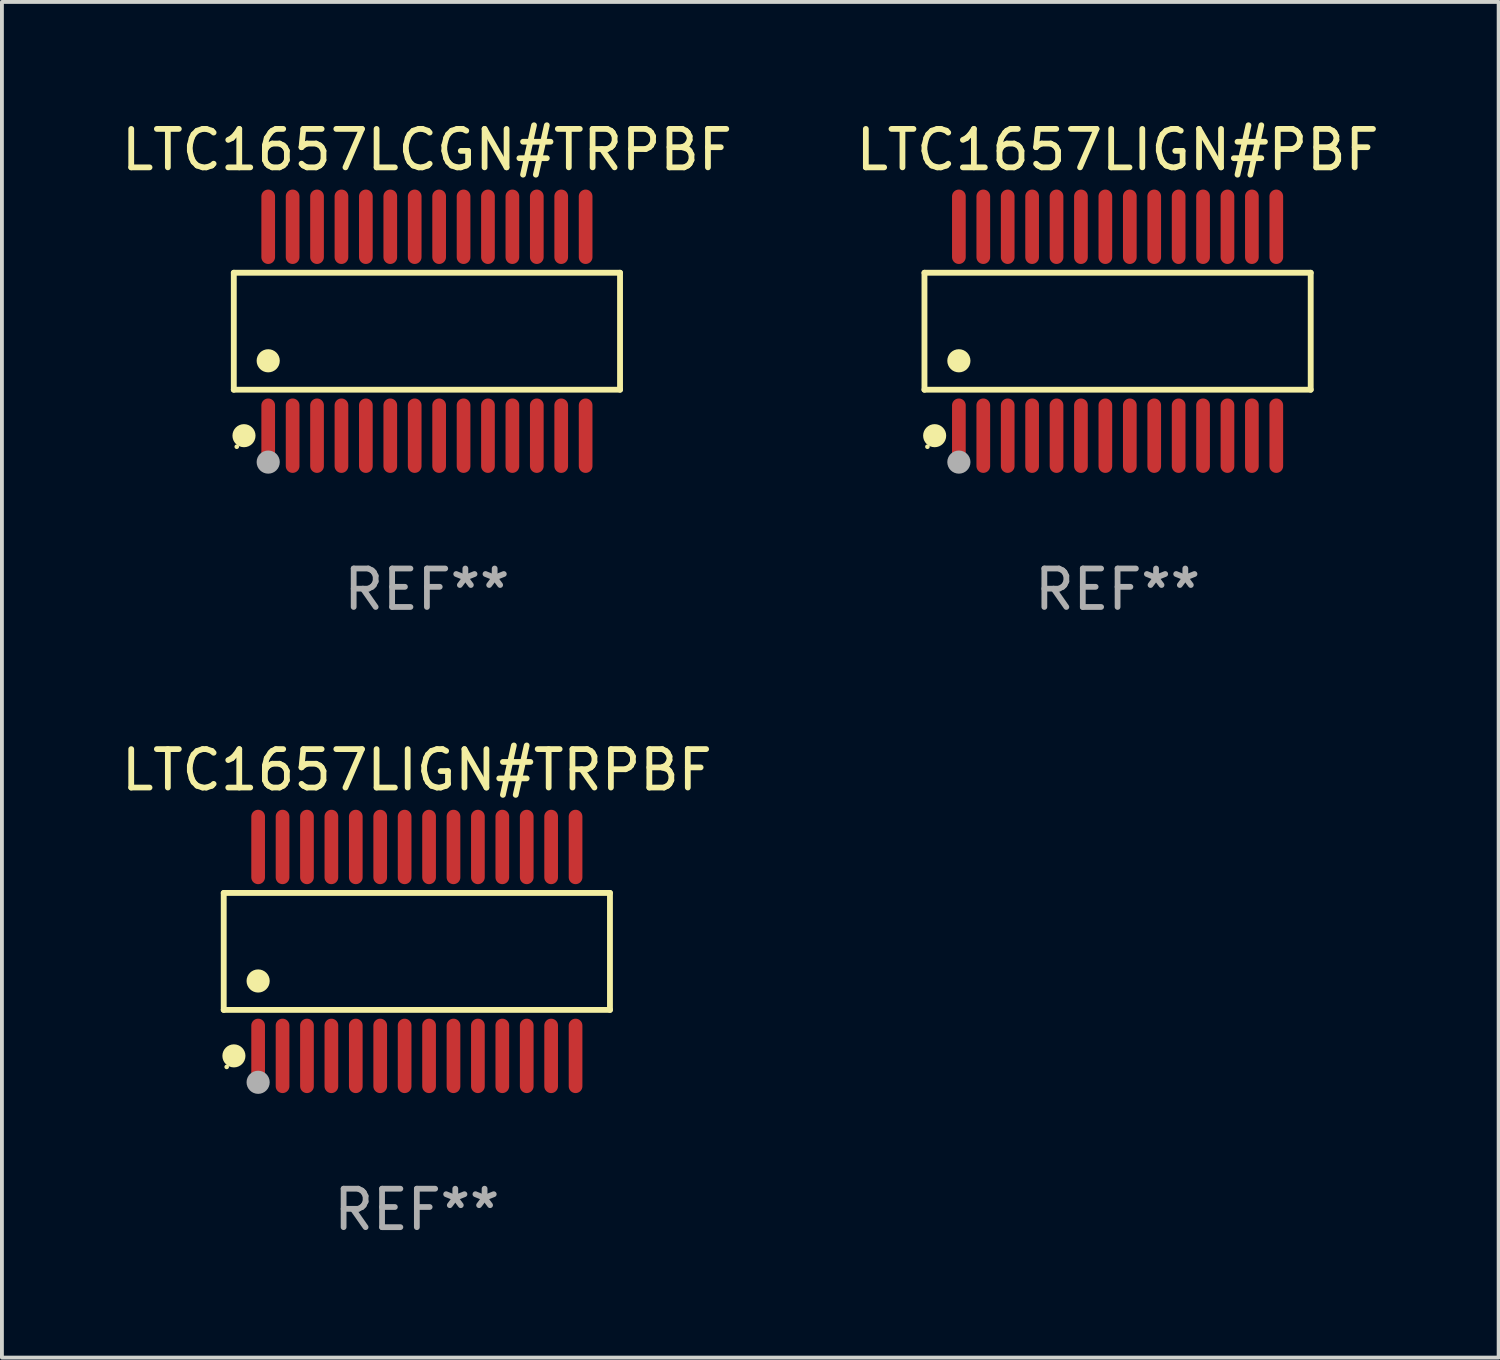
<source format=kicad_pcb>
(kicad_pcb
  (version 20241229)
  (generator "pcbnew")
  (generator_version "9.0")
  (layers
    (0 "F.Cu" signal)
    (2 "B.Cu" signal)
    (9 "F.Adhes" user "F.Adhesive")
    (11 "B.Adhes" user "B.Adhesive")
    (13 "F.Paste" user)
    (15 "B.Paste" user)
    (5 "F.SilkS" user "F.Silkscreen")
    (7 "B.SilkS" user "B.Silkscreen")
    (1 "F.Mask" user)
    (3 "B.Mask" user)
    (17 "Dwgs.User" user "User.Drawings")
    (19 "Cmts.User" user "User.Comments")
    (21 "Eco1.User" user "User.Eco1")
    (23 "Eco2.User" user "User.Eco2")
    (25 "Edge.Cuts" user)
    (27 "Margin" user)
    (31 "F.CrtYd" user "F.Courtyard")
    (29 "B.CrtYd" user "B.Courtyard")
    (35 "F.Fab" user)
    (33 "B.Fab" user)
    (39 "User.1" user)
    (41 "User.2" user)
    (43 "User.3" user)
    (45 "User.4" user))
  (footprint "LTC1657LIGN#PBF"
    (layer "F.Cu")
    (at 26.018 5.565)
    (property "Reference" "LTC1657LIGN#PBF" (at 0 -4.717 0) (layer "F.SilkS") (effects (font (size 1 1) (thickness 0.15))))
    (attr through_hole)
    (fp_line (start -5.023 -1.521) (end 5.023 -1.521) (stroke (width 0.152) (type solid)) (layer "F.SilkS"))
    (fp_line (start -5.023 1.521) (end -5.023 -1.521) (stroke (width 0.152) (type solid)) (layer "F.SilkS"))
    (fp_line (start 5.023 -1.521) (end 5.023 1.521) (stroke (width 0.152) (type solid)) (layer "F.SilkS"))
    (fp_line (start 5.023 1.521) (end -5.023 1.521) (stroke (width 0.152) (type solid)) (layer "F.SilkS"))
    (fp_circle (center -4.946 3.004) (end -4.916 3.004) (stroke (width 0.06) (type solid)) (fill no) (layer "F.SilkS"))
    (fp_circle (center -4.758 2.717) (end -4.608 2.717) (stroke (width 0.3) (type solid)) (fill no) (layer "F.SilkS"))
    (fp_circle (center -4.128 0.769) (end -3.977 0.769) (stroke (width 0.3) (type solid)) (fill no) (layer "F.SilkS"))
    (fp_circle (center -4.128 3.404) (end -3.977 3.404) (stroke (width 0.3) (type solid)) (fill no) (layer "F.Fab"))
    (fp_text user "REF**" (at 0 6.717 0) (layer "F.Fab") (effects (font (size 1 1) (thickness 0.15))))
    (pad "1" smd oval (at -4.128 2.717) (size 0.356 1.935) (layers "F.Cu" "F.Mask" "F.Paste"))
    (pad "2" smd oval (at -3.493 2.717) (size 0.356 1.935) (layers "F.Cu" "F.Mask" "F.Paste"))
    (pad "3" smd oval (at -2.858 2.717) (size 0.356 1.935) (layers "F.Cu" "F.Mask" "F.Paste"))
    (pad "4" smd oval (at -2.223 2.717) (size 0.356 1.935) (layers "F.Cu" "F.Mask" "F.Paste"))
    (pad "5" smd oval (at -1.588 2.717) (size 0.356 1.935) (layers "F.Cu" "F.Mask" "F.Paste"))
    (pad "6" smd oval (at -0.953 2.717) (size 0.356 1.935) (layers "F.Cu" "F.Mask" "F.Paste"))
    (pad "7" smd oval (at -0.318 2.717) (size 0.356 1.935) (layers "F.Cu" "F.Mask" "F.Paste"))
    (pad "8" smd oval (at 0.318 2.717) (size 0.356 1.935) (layers "F.Cu" "F.Mask" "F.Paste"))
    (pad "9" smd oval (at 0.953 2.717) (size 0.356 1.935) (layers "F.Cu" "F.Mask" "F.Paste"))
    (pad "10" smd oval (at 1.588 2.717) (size 0.356 1.935) (layers "F.Cu" "F.Mask" "F.Paste"))
    (pad "11" smd oval (at 2.223 2.717) (size 0.356 1.935) (layers "F.Cu" "F.Mask" "F.Paste"))
    (pad "12" smd oval (at 2.858 2.717) (size 0.356 1.935) (layers "F.Cu" "F.Mask" "F.Paste"))
    (pad "13" smd oval (at 3.493 2.717) (size 0.356 1.935) (layers "F.Cu" "F.Mask" "F.Paste"))
    (pad "14" smd oval (at 4.128 2.717) (size 0.356 1.935) (layers "F.Cu" "F.Mask" "F.Paste"))
    (pad "15" smd oval (at 4.128 -2.717) (size 0.356 1.935) (layers "F.Cu" "F.Mask" "F.Paste"))
    (pad "16" smd oval (at 3.493 -2.717) (size 0.356 1.935) (layers "F.Cu" "F.Mask" "F.Paste"))
    (pad "17" smd oval (at 2.858 -2.717) (size 0.356 1.935) (layers "F.Cu" "F.Mask" "F.Paste"))
    (pad "18" smd oval (at 2.223 -2.717) (size 0.356 1.935) (layers "F.Cu" "F.Mask" "F.Paste"))
    (pad "19" smd oval (at 1.588 -2.717) (size 0.356 1.935) (layers "F.Cu" "F.Mask" "F.Paste"))
    (pad "20" smd oval (at 0.953 -2.717) (size 0.356 1.935) (layers "F.Cu" "F.Mask" "F.Paste"))
    (pad "21" smd oval (at 0.318 -2.717) (size 0.356 1.935) (layers "F.Cu" "F.Mask" "F.Paste"))
    (pad "22" smd oval (at -0.318 -2.717) (size 0.356 1.935) (layers "F.Cu" "F.Mask" "F.Paste"))
    (pad "23" smd oval (at -0.953 -2.717) (size 0.356 1.935) (layers "F.Cu" "F.Mask" "F.Paste"))
    (pad "24" smd oval (at -1.588 -2.717) (size 0.356 1.935) (layers "F.Cu" "F.Mask" "F.Paste"))
    (pad "25" smd oval (at -2.223 -2.717) (size 0.356 1.935) (layers "F.Cu" "F.Mask" "F.Paste"))
    (pad "26" smd oval (at -2.858 -2.717) (size 0.356 1.935) (layers "F.Cu" "F.Mask" "F.Paste"))
    (pad "27" smd oval (at -3.493 -2.717) (size 0.356 1.935) (layers "F.Cu" "F.Mask" "F.Paste"))
    (pad "28" smd oval (at -4.128 -2.717) (size 0.356 1.935) (layers "F.Cu" "F.Mask" "F.Paste")))
  (footprint "LTC1657LIGN#TRPBF"
    (layer "F.Cu")
    (at 7.792 21.696)
    (property "Reference" "LTC1657LIGN#TRPBF" (at 0 -4.717 0) (layer "F.SilkS") (effects (font (size 1 1) (thickness 0.15))))
    (attr through_hole)
    (fp_line (start -5.023 -1.521) (end 5.023 -1.521) (stroke (width 0.152) (type solid)) (layer "F.SilkS"))
    (fp_line (start -5.023 1.521) (end -5.023 -1.521) (stroke (width 0.152) (type solid)) (layer "F.SilkS"))
    (fp_line (start 5.023 -1.521) (end 5.023 1.521) (stroke (width 0.152) (type solid)) (layer "F.SilkS"))
    (fp_line (start 5.023 1.521) (end -5.023 1.521) (stroke (width 0.152) (type solid)) (layer "F.SilkS"))
    (fp_circle (center -4.946 3.004) (end -4.916 3.004) (stroke (width 0.06) (type solid)) (fill no) (layer "F.SilkS"))
    (fp_circle (center -4.758 2.717) (end -4.608 2.717) (stroke (width 0.3) (type solid)) (fill no) (layer "F.SilkS"))
    (fp_circle (center -4.128 0.769) (end -3.977 0.769) (stroke (width 0.3) (type solid)) (fill no) (layer "F.SilkS"))
    (fp_circle (center -4.128 3.404) (end -3.977 3.404) (stroke (width 0.3) (type solid)) (fill no) (layer "F.Fab"))
    (fp_text user "REF**" (at 0 6.717 0) (layer "F.Fab") (effects (font (size 1 1) (thickness 0.15))))
    (pad "1" smd oval (at -4.128 2.717) (size 0.356 1.935) (layers "F.Cu" "F.Mask" "F.Paste"))
    (pad "2" smd oval (at -3.493 2.717) (size 0.356 1.935) (layers "F.Cu" "F.Mask" "F.Paste"))
    (pad "3" smd oval (at -2.858 2.717) (size 0.356 1.935) (layers "F.Cu" "F.Mask" "F.Paste"))
    (pad "4" smd oval (at -2.223 2.717) (size 0.356 1.935) (layers "F.Cu" "F.Mask" "F.Paste"))
    (pad "5" smd oval (at -1.588 2.717) (size 0.356 1.935) (layers "F.Cu" "F.Mask" "F.Paste"))
    (pad "6" smd oval (at -0.953 2.717) (size 0.356 1.935) (layers "F.Cu" "F.Mask" "F.Paste"))
    (pad "7" smd oval (at -0.318 2.717) (size 0.356 1.935) (layers "F.Cu" "F.Mask" "F.Paste"))
    (pad "8" smd oval (at 0.318 2.717) (size 0.356 1.935) (layers "F.Cu" "F.Mask" "F.Paste"))
    (pad "9" smd oval (at 0.953 2.717) (size 0.356 1.935) (layers "F.Cu" "F.Mask" "F.Paste"))
    (pad "10" smd oval (at 1.588 2.717) (size 0.356 1.935) (layers "F.Cu" "F.Mask" "F.Paste"))
    (pad "11" smd oval (at 2.223 2.717) (size 0.356 1.935) (layers "F.Cu" "F.Mask" "F.Paste"))
    (pad "12" smd oval (at 2.858 2.717) (size 0.356 1.935) (layers "F.Cu" "F.Mask" "F.Paste"))
    (pad "13" smd oval (at 3.493 2.717) (size 0.356 1.935) (layers "F.Cu" "F.Mask" "F.Paste"))
    (pad "14" smd oval (at 4.128 2.717) (size 0.356 1.935) (layers "F.Cu" "F.Mask" "F.Paste"))
    (pad "15" smd oval (at 4.128 -2.717) (size 0.356 1.935) (layers "F.Cu" "F.Mask" "F.Paste"))
    (pad "16" smd oval (at 3.493 -2.717) (size 0.356 1.935) (layers "F.Cu" "F.Mask" "F.Paste"))
    (pad "17" smd oval (at 2.858 -2.717) (size 0.356 1.935) (layers "F.Cu" "F.Mask" "F.Paste"))
    (pad "18" smd oval (at 2.223 -2.717) (size 0.356 1.935) (layers "F.Cu" "F.Mask" "F.Paste"))
    (pad "19" smd oval (at 1.588 -2.717) (size 0.356 1.935) (layers "F.Cu" "F.Mask" "F.Paste"))
    (pad "20" smd oval (at 0.953 -2.717) (size 0.356 1.935) (layers "F.Cu" "F.Mask" "F.Paste"))
    (pad "21" smd oval (at 0.318 -2.717) (size 0.356 1.935) (layers "F.Cu" "F.Mask" "F.Paste"))
    (pad "22" smd oval (at -0.318 -2.717) (size 0.356 1.935) (layers "F.Cu" "F.Mask" "F.Paste"))
    (pad "23" smd oval (at -0.953 -2.717) (size 0.356 1.935) (layers "F.Cu" "F.Mask" "F.Paste"))
    (pad "24" smd oval (at -1.588 -2.717) (size 0.356 1.935) (layers "F.Cu" "F.Mask" "F.Paste"))
    (pad "25" smd oval (at -2.223 -2.717) (size 0.356 1.935) (layers "F.Cu" "F.Mask" "F.Paste"))
    (pad "26" smd oval (at -2.858 -2.717) (size 0.356 1.935) (layers "F.Cu" "F.Mask" "F.Paste"))
    (pad "27" smd oval (at -3.493 -2.717) (size 0.356 1.935) (layers "F.Cu" "F.Mask" "F.Paste"))
    (pad "28" smd oval (at -4.128 -2.717) (size 0.356 1.935) (layers "F.Cu" "F.Mask" "F.Paste")))
  (footprint "LTC1657LCGN#TRPBF"
    (layer "F.Cu")
    (at 8.054 5.565)
    (property "Reference" "LTC1657LCGN#TRPBF" (at 0 -4.717 0) (layer "F.SilkS") (effects (font (size 1 1) (thickness 0.15))))
    (attr through_hole)
    (fp_line (start -5.023 -1.521) (end 5.023 -1.521) (stroke (width 0.152) (type solid)) (layer "F.SilkS"))
    (fp_line (start -5.023 1.521) (end -5.023 -1.521) (stroke (width 0.152) (type solid)) (layer "F.SilkS"))
    (fp_line (start 5.023 -1.521) (end 5.023 1.521) (stroke (width 0.152) (type solid)) (layer "F.SilkS"))
    (fp_line (start 5.023 1.521) (end -5.023 1.521) (stroke (width 0.152) (type solid)) (layer "F.SilkS"))
    (fp_circle (center -4.946 3.004) (end -4.916 3.004) (stroke (width 0.06) (type solid)) (fill no) (layer "F.SilkS"))
    (fp_circle (center -4.758 2.717) (end -4.608 2.717) (stroke (width 0.3) (type solid)) (fill no) (layer "F.SilkS"))
    (fp_circle (center -4.128 0.769) (end -3.977 0.769) (stroke (width 0.3) (type solid)) (fill no) (layer "F.SilkS"))
    (fp_circle (center -4.128 3.404) (end -3.977 3.404) (stroke (width 0.3) (type solid)) (fill no) (layer "F.Fab"))
    (fp_text user "REF**" (at 0 6.717 0) (layer "F.Fab") (effects (font (size 1 1) (thickness 0.15))))
    (pad "1" smd oval (at -4.128 2.717) (size 0.356 1.935) (layers "F.Cu" "F.Mask" "F.Paste"))
    (pad "2" smd oval (at -3.493 2.717) (size 0.356 1.935) (layers "F.Cu" "F.Mask" "F.Paste"))
    (pad "3" smd oval (at -2.858 2.717) (size 0.356 1.935) (layers "F.Cu" "F.Mask" "F.Paste"))
    (pad "4" smd oval (at -2.223 2.717) (size 0.356 1.935) (layers "F.Cu" "F.Mask" "F.Paste"))
    (pad "5" smd oval (at -1.588 2.717) (size 0.356 1.935) (layers "F.Cu" "F.Mask" "F.Paste"))
    (pad "6" smd oval (at -0.953 2.717) (size 0.356 1.935) (layers "F.Cu" "F.Mask" "F.Paste"))
    (pad "7" smd oval (at -0.318 2.717) (size 0.356 1.935) (layers "F.Cu" "F.Mask" "F.Paste"))
    (pad "8" smd oval (at 0.318 2.717) (size 0.356 1.935) (layers "F.Cu" "F.Mask" "F.Paste"))
    (pad "9" smd oval (at 0.953 2.717) (size 0.356 1.935) (layers "F.Cu" "F.Mask" "F.Paste"))
    (pad "10" smd oval (at 1.588 2.717) (size 0.356 1.935) (layers "F.Cu" "F.Mask" "F.Paste"))
    (pad "11" smd oval (at 2.223 2.717) (size 0.356 1.935) (layers "F.Cu" "F.Mask" "F.Paste"))
    (pad "12" smd oval (at 2.858 2.717) (size 0.356 1.935) (layers "F.Cu" "F.Mask" "F.Paste"))
    (pad "13" smd oval (at 3.493 2.717) (size 0.356 1.935) (layers "F.Cu" "F.Mask" "F.Paste"))
    (pad "14" smd oval (at 4.128 2.717) (size 0.356 1.935) (layers "F.Cu" "F.Mask" "F.Paste"))
    (pad "15" smd oval (at 4.128 -2.717) (size 0.356 1.935) (layers "F.Cu" "F.Mask" "F.Paste"))
    (pad "16" smd oval (at 3.493 -2.717) (size 0.356 1.935) (layers "F.Cu" "F.Mask" "F.Paste"))
    (pad "17" smd oval (at 2.858 -2.717) (size 0.356 1.935) (layers "F.Cu" "F.Mask" "F.Paste"))
    (pad "18" smd oval (at 2.223 -2.717) (size 0.356 1.935) (layers "F.Cu" "F.Mask" "F.Paste"))
    (pad "19" smd oval (at 1.588 -2.717) (size 0.356 1.935) (layers "F.Cu" "F.Mask" "F.Paste"))
    (pad "20" smd oval (at 0.953 -2.717) (size 0.356 1.935) (layers "F.Cu" "F.Mask" "F.Paste"))
    (pad "21" smd oval (at 0.318 -2.717) (size 0.356 1.935) (layers "F.Cu" "F.Mask" "F.Paste"))
    (pad "22" smd oval (at -0.318 -2.717) (size 0.356 1.935) (layers "F.Cu" "F.Mask" "F.Paste"))
    (pad "23" smd oval (at -0.953 -2.717) (size 0.356 1.935) (layers "F.Cu" "F.Mask" "F.Paste"))
    (pad "24" smd oval (at -1.588 -2.717) (size 0.356 1.935) (layers "F.Cu" "F.Mask" "F.Paste"))
    (pad "25" smd oval (at -2.223 -2.717) (size 0.356 1.935) (layers "F.Cu" "F.Mask" "F.Paste"))
    (pad "26" smd oval (at -2.858 -2.717) (size 0.356 1.935) (layers "F.Cu" "F.Mask" "F.Paste"))
    (pad "27" smd oval (at -3.493 -2.717) (size 0.356 1.935) (layers "F.Cu" "F.Mask" "F.Paste"))
    (pad "28" smd oval (at -4.128 -2.717) (size 0.356 1.935) (layers "F.Cu" "F.Mask" "F.Paste")))
  (gr_rect
    (start -3 -3)
    (end 35.929 32.261)
    (stroke (width 0.1) (type default))
    (fill no)
    (layer "Edge.Cuts")))
</source>
